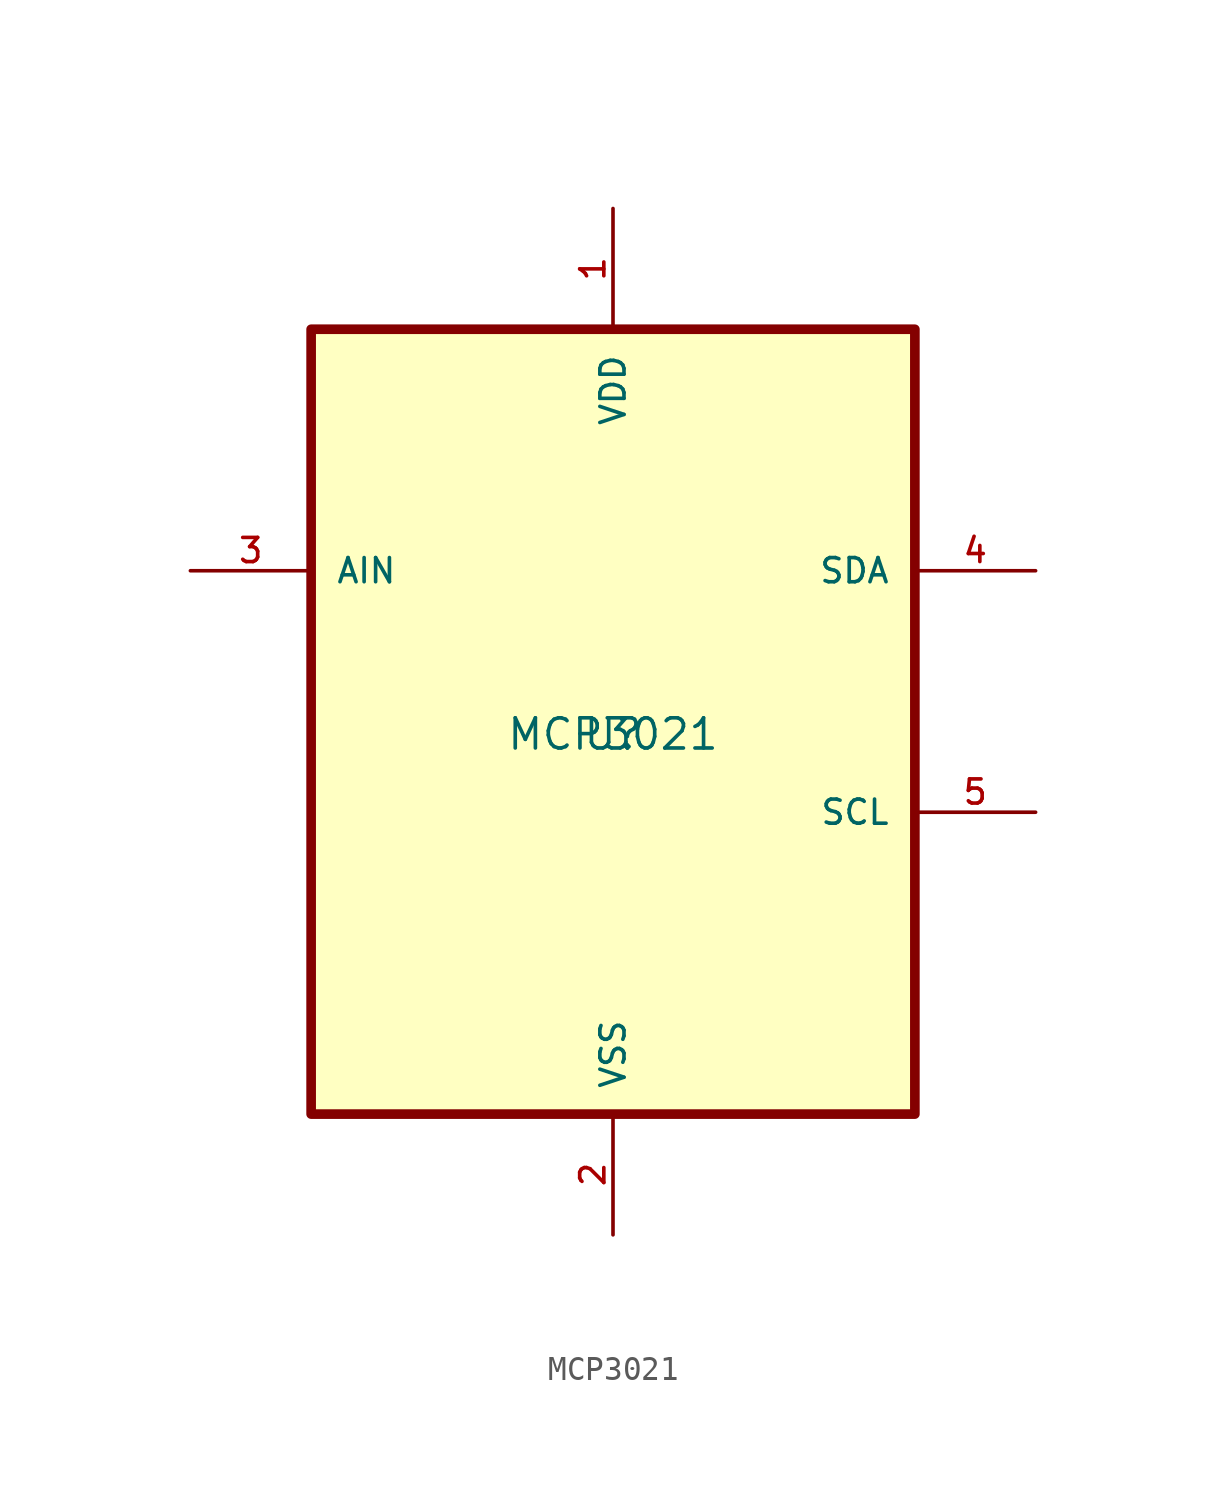
<source format=kicad_sym>
(kicad_symbol_lib
  (version 20220914)
  (generator kicad_symbol_editor)
  (symbol "MCP3021"
    (pin_names
      (offset 1.016))
    (property "Reference" "U"
      (at -31.75 -26.035 0)
      (effects (font (size 1.27 1.27)) (justify bottom)))
    (property "Value" "MCP3021"
      (at -31.75 -26.035 0)
      (effects (font (size 1.27 1.27)) (justify bottom)))
    (symbol "MCP3021_0_0"
      (rectangle (start -44.45 -8.255) (end -19.05 -41.275) (stroke (width 0.406) (type default)) (fill (type background))))
    (symbol "MCP3021_1_0"
      (pin power_in line (at -31.75 -3.175 270) (length 5.08) (name "VDD" (effects (font (size 1.016 1.016)))) (number "1" (effects (font (size 1.016 1.016)))))
      (pin power_in line (at -31.75 -46.355 90) (length 5.08) (name "VSS" (effects (font (size 1.016 1.016)))) (number "2" (effects (font (size 1.016 1.016)))))
      (pin bidirectional line (at -49.53 -18.415 0) (length 5.08) (name "AIN" (effects (font (size 1.016 1.016)))) (number "3" (effects (font (size 1.016 1.016)))))
      (pin bidirectional line (at -13.97 -18.415 180) (length 5.08) (name "SDA" (effects (font (size 1.016 1.016)))) (number "4" (effects (font (size 1.016 1.016)))))
      (pin bidirectional line (at -13.97 -28.575 180) (length 5.08) (name "SCL" (effects (font (size 1.016 1.016)))) (number "5" (effects (font (size 1.016 1.016))))))))
</source>
